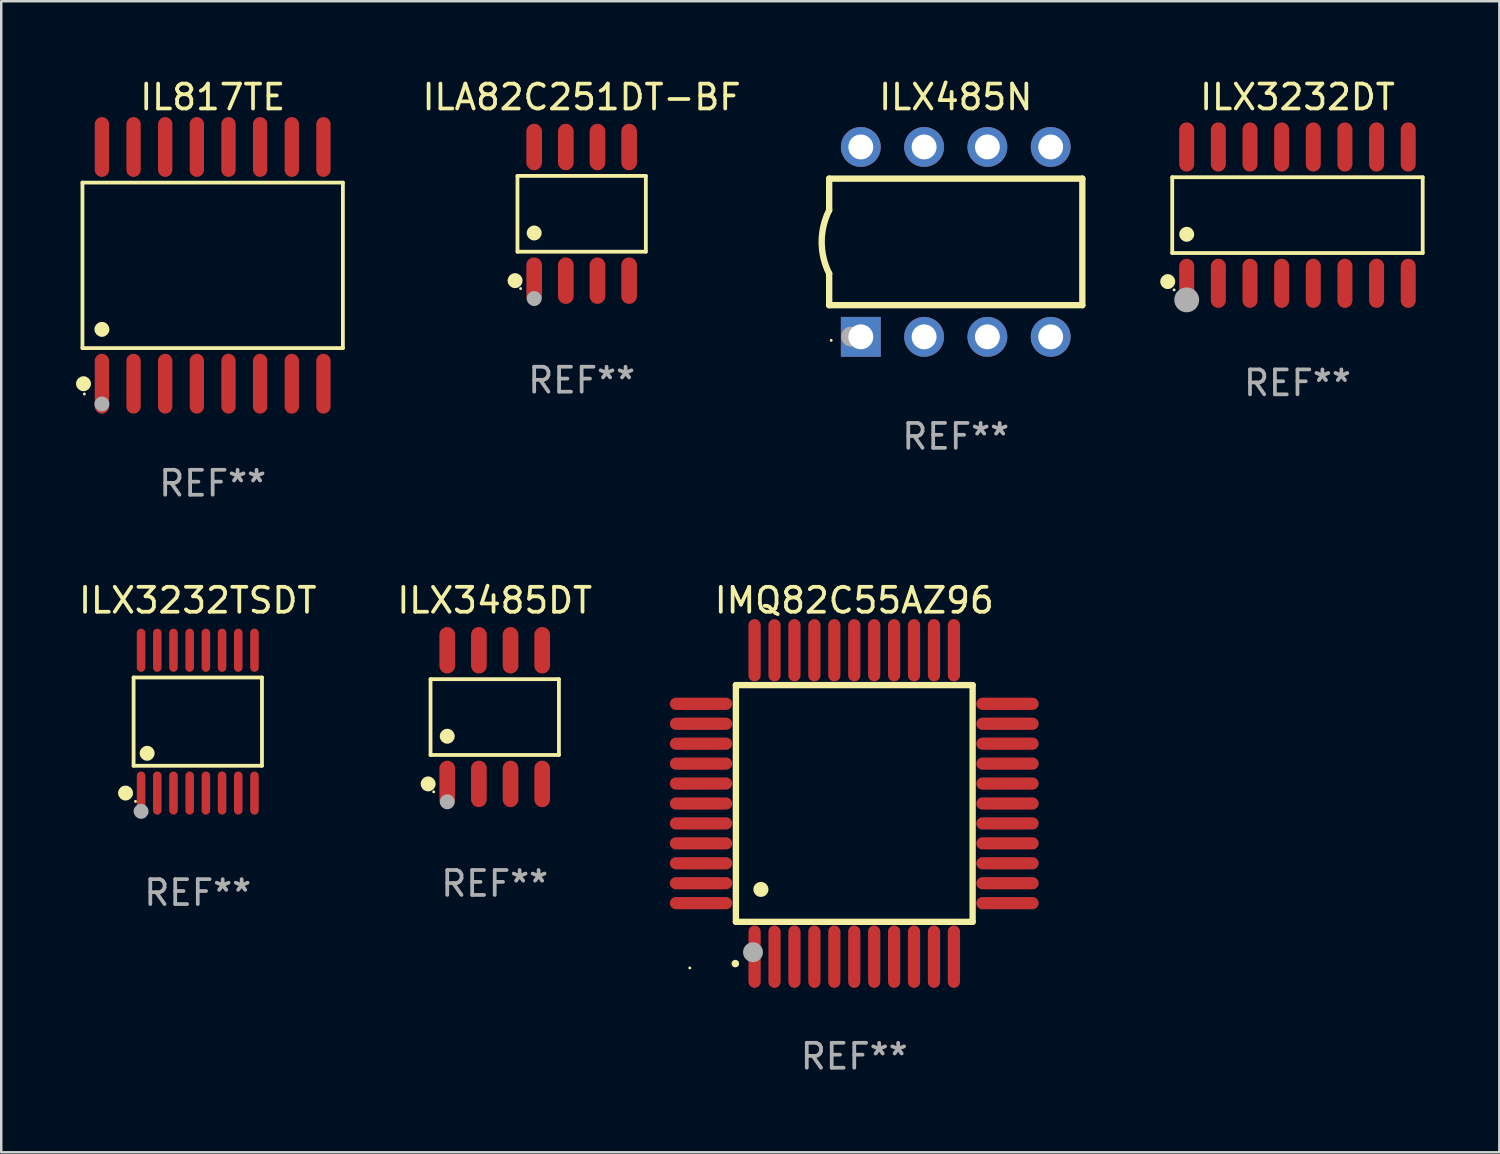
<source format=kicad_pcb>
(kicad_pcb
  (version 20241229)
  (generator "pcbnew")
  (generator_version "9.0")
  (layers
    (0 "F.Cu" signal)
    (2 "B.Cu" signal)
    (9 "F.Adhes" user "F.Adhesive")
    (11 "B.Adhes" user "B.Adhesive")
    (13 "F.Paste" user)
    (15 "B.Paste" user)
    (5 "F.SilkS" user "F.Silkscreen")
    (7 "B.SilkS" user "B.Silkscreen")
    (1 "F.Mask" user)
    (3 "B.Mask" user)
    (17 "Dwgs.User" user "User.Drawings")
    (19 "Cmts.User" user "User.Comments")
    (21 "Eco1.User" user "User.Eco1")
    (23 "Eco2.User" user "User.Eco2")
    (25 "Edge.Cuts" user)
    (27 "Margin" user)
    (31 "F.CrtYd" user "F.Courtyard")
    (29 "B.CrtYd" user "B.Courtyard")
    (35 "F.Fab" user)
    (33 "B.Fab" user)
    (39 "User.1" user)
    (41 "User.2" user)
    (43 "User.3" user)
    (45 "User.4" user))
  (footprint "ILX3232DT"
    (layer "F.Cu")
    (at 49.02 5.584)
    (property "Reference" "ILX3232DT" (at 0 -4.736 0) (layer "F.SilkS") (effects (font (size 1 1) (thickness 0.15))))
    (attr through_hole)
    (fp_line (start -5.026 -1.521) (end 5.026 -1.521) (stroke (width 0.152) (type solid)) (layer "F.SilkS"))
    (fp_line (start -5.026 1.521) (end -5.026 -1.521) (stroke (width 0.152) (type solid)) (layer "F.SilkS"))
    (fp_line (start 5.026 -1.521) (end 5.026 1.521) (stroke (width 0.152) (type solid)) (layer "F.SilkS"))
    (fp_line (start 5.026 1.521) (end -5.026 1.521) (stroke (width 0.152) (type solid)) (layer "F.SilkS"))
    (fp_circle (center -5.207 2.667) (end -5.057 2.667) (stroke (width 0.3) (type solid)) (fill no) (layer "F.SilkS"))
    (fp_circle (center -4.95 3) (end -4.92 3) (stroke (width 0.06) (type solid)) (fill no) (layer "F.SilkS"))
    (fp_circle (center -4.445 0.769) (end -4.295 0.769) (stroke (width 0.3) (type solid)) (fill no) (layer "F.SilkS"))
    (fp_circle (center -4.445 3.4) (end -4.195 3.4) (stroke (width 0.5) (type solid)) (fill no) (layer "F.Fab"))
    (fp_text user "REF**" (at 0 6.736 0) (layer "F.Fab") (effects (font (size 1 1) (thickness 0.15))))
    (pad "1" smd oval (at -4.445 2.736) (size 0.602 1.971) (layers "F.Cu" "F.Mask" "F.Paste"))
    (pad "2" smd oval (at -3.175 2.736) (size 0.602 1.971) (layers "F.Cu" "F.Mask" "F.Paste"))
    (pad "3" smd oval (at -1.905 2.736) (size 0.602 1.971) (layers "F.Cu" "F.Mask" "F.Paste"))
    (pad "4" smd oval (at -0.635 2.736) (size 0.602 1.971) (layers "F.Cu" "F.Mask" "F.Paste"))
    (pad "5" smd oval (at 0.635 2.736) (size 0.602 1.971) (layers "F.Cu" "F.Mask" "F.Paste"))
    (pad "6" smd oval (at 1.905 2.736) (size 0.602 1.971) (layers "F.Cu" "F.Mask" "F.Paste"))
    (pad "7" smd oval (at 3.175 2.736) (size 0.602 1.971) (layers "F.Cu" "F.Mask" "F.Paste"))
    (pad "8" smd oval (at 4.445 2.736) (size 0.602 1.971) (layers "F.Cu" "F.Mask" "F.Paste"))
    (pad "9" smd oval (at 4.445 -2.736) (size 0.602 1.971) (layers "F.Cu" "F.Mask" "F.Paste"))
    (pad "10" smd oval (at 3.175 -2.736) (size 0.602 1.971) (layers "F.Cu" "F.Mask" "F.Paste"))
    (pad "11" smd oval (at 1.905 -2.736) (size 0.602 1.971) (layers "F.Cu" "F.Mask" "F.Paste"))
    (pad "12" smd oval (at 0.635 -2.736) (size 0.602 1.971) (layers "F.Cu" "F.Mask" "F.Paste"))
    (pad "13" smd oval (at -0.635 -2.736) (size 0.602 1.971) (layers "F.Cu" "F.Mask" "F.Paste"))
    (pad "14" smd oval (at -1.905 -2.736) (size 0.602 1.971) (layers "F.Cu" "F.Mask" "F.Paste"))
    (pad "15" smd oval (at -3.175 -2.736) (size 0.602 1.971) (layers "F.Cu" "F.Mask" "F.Paste"))
    (pad "16" smd oval (at -4.445 -2.736) (size 0.602 1.971) (layers "F.Cu" "F.Mask" "F.Paste")))
  (footprint "IL817TE"
    (layer "F.Cu")
    (at 5.485 7.599)
    (property "Reference" "IL817TE" (at 0 -6.75 0) (layer "F.SilkS") (effects (font (size 1 1) (thickness 0.15))))
    (attr through_hole)
    (fp_line (start -5.226 -3.321) (end 5.226 -3.321) (stroke (width 0.152) (type solid)) (layer "F.SilkS"))
    (fp_line (start -5.226 3.321) (end -5.226 -3.321) (stroke (width 0.152) (type solid)) (layer "F.SilkS"))
    (fp_line (start 5.226 -3.321) (end 5.226 3.321) (stroke (width 0.152) (type solid)) (layer "F.SilkS"))
    (fp_line (start 5.226 3.321) (end -5.226 3.321) (stroke (width 0.152) (type solid)) (layer "F.SilkS"))
    (fp_circle (center -5.184 4.75) (end -5.034 4.75) (stroke (width 0.3) (type solid)) (fill no) (layer "F.SilkS"))
    (fp_circle (center -5.15 5.163) (end -5.12 5.163) (stroke (width 0.06) (type solid)) (fill no) (layer "F.SilkS"))
    (fp_circle (center -4.445 2.569) (end -4.295 2.569) (stroke (width 0.3) (type solid)) (fill no) (layer "F.SilkS"))
    (fp_circle (center -4.445 5.563) (end -4.295 5.563) (stroke (width 0.3) (type solid)) (fill no) (layer "F.Fab"))
    (fp_text user "REF**" (at 0 8.75 0) (layer "F.Fab") (effects (font (size 1 1) (thickness 0.15))))
    (pad "1" smd oval (at -4.445 4.75) (size 0.574 2.401) (layers "F.Cu" "F.Mask" "F.Paste"))
    (pad "2" smd oval (at -3.175 4.75) (size 0.574 2.401) (layers "F.Cu" "F.Mask" "F.Paste"))
    (pad "3" smd oval (at -1.905 4.75) (size 0.574 2.401) (layers "F.Cu" "F.Mask" "F.Paste"))
    (pad "4" smd oval (at -0.635 4.75) (size 0.574 2.401) (layers "F.Cu" "F.Mask" "F.Paste"))
    (pad "5" smd oval (at 0.635 4.75) (size 0.574 2.401) (layers "F.Cu" "F.Mask" "F.Paste"))
    (pad "6" smd oval (at 1.905 4.75) (size 0.574 2.401) (layers "F.Cu" "F.Mask" "F.Paste"))
    (pad "7" smd oval (at 3.175 4.75) (size 0.574 2.401) (layers "F.Cu" "F.Mask" "F.Paste"))
    (pad "8" smd oval (at 4.445 4.75) (size 0.574 2.401) (layers "F.Cu" "F.Mask" "F.Paste"))
    (pad "9" smd oval (at 4.445 -4.75) (size 0.574 2.401) (layers "F.Cu" "F.Mask" "F.Paste"))
    (pad "10" smd oval (at 3.175 -4.75) (size 0.574 2.401) (layers "F.Cu" "F.Mask" "F.Paste"))
    (pad "11" smd oval (at 1.905 -4.75) (size 0.574 2.401) (layers "F.Cu" "F.Mask" "F.Paste"))
    (pad "12" smd oval (at 0.635 -4.75) (size 0.574 2.401) (layers "F.Cu" "F.Mask" "F.Paste"))
    (pad "13" smd oval (at -0.635 -4.75) (size 0.574 2.401) (layers "F.Cu" "F.Mask" "F.Paste"))
    (pad "14" smd oval (at -1.905 -4.75) (size 0.574 2.401) (layers "F.Cu" "F.Mask" "F.Paste"))
    (pad "15" smd oval (at -3.175 -4.75) (size 0.574 2.401) (layers "F.Cu" "F.Mask" "F.Paste"))
    (pad "16" smd oval (at -4.445 -4.75) (size 0.574 2.401) (layers "F.Cu" "F.Mask" "F.Paste")))
  (footprint "ILX3485DT"
    (layer "F.Cu")
    (at 16.804 25.728)
    (property "Reference" "ILX3485DT" (at 0 -4.682 0) (layer "F.SilkS") (effects (font (size 1 1) (thickness 0.15))))
    (attr through_hole)
    (fp_line (start -2.576 -1.521) (end 2.576 -1.521) (stroke (width 0.152) (type solid)) (layer "F.SilkS"))
    (fp_line (start -2.576 1.521) (end -2.576 -1.521) (stroke (width 0.152) (type solid)) (layer "F.SilkS"))
    (fp_line (start 2.576 -1.521) (end 2.576 1.521) (stroke (width 0.152) (type solid)) (layer "F.SilkS"))
    (fp_line (start 2.576 1.521) (end -2.576 1.521) (stroke (width 0.152) (type solid)) (layer "F.SilkS"))
    (fp_circle (center -2.672 2.682) (end -2.522 2.682) (stroke (width 0.3) (type solid)) (fill no) (layer "F.SilkS"))
    (fp_circle (center -2.45 3) (end -2.42 3) (stroke (width 0.06) (type solid)) (fill no) (layer "F.SilkS"))
    (fp_circle (center -1.905 0.769) (end -1.755 0.769) (stroke (width 0.3) (type solid)) (fill no) (layer "F.SilkS"))
    (fp_circle (center -1.905 3.4) (end -1.755 3.4) (stroke (width 0.3) (type solid)) (fill no) (layer "F.Fab"))
    (fp_text user "REF**" (at 0 6.682 0) (layer "F.Fab") (effects (font (size 1 1) (thickness 0.15))))
    (pad "1" smd oval (at -1.905 2.682) (size 0.63 1.865) (layers "F.Cu" "F.Mask" "F.Paste"))
    (pad "2" smd oval (at -0.635 2.682) (size 0.63 1.865) (layers "F.Cu" "F.Mask" "F.Paste"))
    (pad "3" smd oval (at 0.635 2.682) (size 0.63 1.865) (layers "F.Cu" "F.Mask" "F.Paste"))
    (pad "4" smd oval (at 1.905 2.682) (size 0.63 1.865) (layers "F.Cu" "F.Mask" "F.Paste"))
    (pad "5" smd oval (at 1.905 -2.682) (size 0.63 1.865) (layers "F.Cu" "F.Mask" "F.Paste"))
    (pad "6" smd oval (at 0.635 -2.682) (size 0.63 1.865) (layers "F.Cu" "F.Mask" "F.Paste"))
    (pad "7" smd oval (at -0.635 -2.682) (size 0.63 1.865) (layers "F.Cu" "F.Mask" "F.Paste"))
    (pad "8" smd oval (at -1.905 -2.682) (size 0.63 1.865) (layers "F.Cu" "F.Mask" "F.Paste")))
  (footprint "ILA82C251DT-BF"
    (layer "F.Cu")
    (at 20.293 5.531)
    (property "Reference" "ILA82C251DT-BF" (at 0 -4.682 0) (layer "F.SilkS") (effects (font (size 1 1) (thickness 0.15))))
    (attr through_hole)
    (fp_line (start -2.576 -1.521) (end 2.576 -1.521) (stroke (width 0.152) (type solid)) (layer "F.SilkS"))
    (fp_line (start -2.576 1.521) (end -2.576 -1.521) (stroke (width 0.152) (type solid)) (layer "F.SilkS"))
    (fp_line (start 2.576 -1.521) (end 2.576 1.521) (stroke (width 0.152) (type solid)) (layer "F.SilkS"))
    (fp_line (start 2.576 1.521) (end -2.576 1.521) (stroke (width 0.152) (type solid)) (layer "F.SilkS"))
    (fp_circle (center -2.672 2.682) (end -2.522 2.682) (stroke (width 0.3) (type solid)) (fill no) (layer "F.SilkS"))
    (fp_circle (center -2.45 3) (end -2.42 3) (stroke (width 0.06) (type solid)) (fill no) (layer "F.SilkS"))
    (fp_circle (center -1.905 0.769) (end -1.755 0.769) (stroke (width 0.3) (type solid)) (fill no) (layer "F.SilkS"))
    (fp_circle (center -1.905 3.4) (end -1.755 3.4) (stroke (width 0.3) (type solid)) (fill no) (layer "F.Fab"))
    (fp_text user "REF**" (at 0 6.682 0) (layer "F.Fab") (effects (font (size 1 1) (thickness 0.15))))
    (pad "1" smd oval (at -1.905 2.682) (size 0.63 1.865) (layers "F.Cu" "F.Mask" "F.Paste"))
    (pad "2" smd oval (at -0.635 2.682) (size 0.63 1.865) (layers "F.Cu" "F.Mask" "F.Paste"))
    (pad "3" smd oval (at 0.635 2.682) (size 0.63 1.865) (layers "F.Cu" "F.Mask" "F.Paste"))
    (pad "4" smd oval (at 1.905 2.682) (size 0.63 1.865) (layers "F.Cu" "F.Mask" "F.Paste"))
    (pad "5" smd oval (at 1.905 -2.682) (size 0.63 1.865) (layers "F.Cu" "F.Mask" "F.Paste"))
    (pad "6" smd oval (at 0.635 -2.682) (size 0.63 1.865) (layers "F.Cu" "F.Mask" "F.Paste"))
    (pad "7" smd oval (at -0.635 -2.682) (size 0.63 1.865) (layers "F.Cu" "F.Mask" "F.Paste"))
    (pad "8" smd oval (at -1.905 -2.682) (size 0.63 1.865) (layers "F.Cu" "F.Mask" "F.Paste")))
  (footprint "ILX485N"
    (layer "F.Cu")
    (at 35.306 6.658)
    (property "Reference" "ILX485N" (at 0 -5.81 0) (layer "F.SilkS") (effects (font (size 1 1) (thickness 0.15))))
    (attr through_hole)
    (fp_line (start -5.08 -1.27) (end -5.08 -2.54) (stroke (width 0.254) (type solid)) (layer "F.SilkS"))
    (fp_line (start -5.08 2.54) (end -5.08 1.27) (stroke (width 0.254) (type solid)) (layer "F.SilkS"))
    (fp_line (start 5.08 -2.54) (end -5.08 -2.54) (stroke (width 0.254) (type solid)) (layer "F.SilkS"))
    (fp_line (start 5.08 2.54) (end -5.08 2.54) (stroke (width 0.254) (type solid)) (layer "F.SilkS"))
    (fp_line (start 5.08 2.54) (end 5.08 -2.54) (stroke (width 0.254) (type solid)) (layer "F.SilkS"))
    (fp_arc (start -5.080011 1.270002) (mid -5.379818 -0.000001) (end -5.08001 -1.270003) (stroke (width 0.254001) (type solid)) (layer "F.SilkS"))
    (fp_circle (center -5 3.95) (end -4.97 3.95) (stroke (width 0.06) (type solid)) (fill no) (layer "F.SilkS"))
    (fp_circle (center -4.2 3.8) (end -4 3.8) (stroke (width 0.4) (type solid)) (fill no) (layer "F.Fab"))
    (fp_text user "REF**" (at 0 7.81 0) (layer "F.Fab") (effects (font (size 1 1) (thickness 0.15))))
    (pad "1" thru_hole rect (at -3.81 3.81) (size 1.6 1.6) (drill 1) (layers "*.Cu" "*.Mask"))
    (pad "2" thru_hole circle (at -1.27 3.81) (size 1.6 1.6) (drill 1) (layers "*.Cu" "*.Mask"))
    (pad "3" thru_hole circle (at 1.27 3.81) (size 1.6 1.6) (drill 1) (layers "*.Cu" "*.Mask"))
    (pad "4" thru_hole circle (at 3.81 3.81) (size 1.6 1.6) (drill 1) (layers "*.Cu" "*.Mask"))
    (pad "5" thru_hole circle (at 3.81 -3.81) (size 1.6 1.6) (drill 1) (layers "*.Cu" "*.Mask"))
    (pad "6" thru_hole circle (at 1.27 -3.81) (size 1.6 1.6) (drill 1) (layers "*.Cu" "*.Mask"))
    (pad "7" thru_hole circle (at -1.27 -3.81) (size 1.6 1.6) (drill 1) (layers "*.Cu" "*.Mask"))
    (pad "8" thru_hole circle (at -3.81 -3.81) (size 1.6 1.6) (drill 1) (layers "*.Cu" "*.Mask")))
  (footprint "IMQ82C55AZ96"
    (layer "F.Cu")
    (at 31.233 29.195)
    (property "Reference" "IMQ82C55AZ96" (at 0 -8.15 0) (layer "F.SilkS") (effects (font (size 1 1) (thickness 0.15))))
    (attr through_hole)
    (fp_line (start -4.75 -4.75) (end 4.75 -4.75) (stroke (width 0.254) (type solid)) (layer "F.SilkS"))
    (fp_line (start -4.75 4.75) (end -4.75 -4.75) (stroke (width 0.254) (type solid)) (layer "F.SilkS"))
    (fp_line (start 4.75 -4.75) (end 4.75 4.75) (stroke (width 0.254) (type solid)) (layer "F.SilkS"))
    (fp_line (start 4.75 4.75) (end -4.75 4.75) (stroke (width 0.254) (type solid)) (layer "F.SilkS"))
    (fp_arc (start -4.77521 6.426213) (mid -4.77394 6.426208) (end -4.77267 6.426213) (stroke (width 0.3) (type solid)) (layer "F.SilkS"))
    (fp_arc (start -3.749047 3.449327) (mid -3.746507 3.449316) (end -3.743967 3.449327) (stroke (width 0.6) (type solid)) (layer "F.SilkS"))
    (fp_circle (center -6.6 6.6) (end -6.57 6.6) (stroke (width 0.06) (type solid)) (fill no) (layer "F.SilkS"))
    (fp_circle (center -4.064 5.969) (end -3.864 5.969) (stroke (width 0.4) (type solid)) (fill no) (layer "F.Fab"))
    (fp_text user "REF**" (at 0 10.15 0) (layer "F.Fab") (effects (font (size 1 1) (thickness 0.15))))
    (pad "1" smd oval (at -4 6.15) (size 0.49 2.5) (layers "F.Cu" "F.Mask" "F.Paste"))
    (pad "2" smd oval (at -3.2 6.15) (size 0.49 2.5) (layers "F.Cu" "F.Mask" "F.Paste"))
    (pad "3" smd oval (at -2.4 6.15) (size 0.49 2.5) (layers "F.Cu" "F.Mask" "F.Paste"))
    (pad "4" smd oval (at -1.6 6.15) (size 0.49 2.5) (layers "F.Cu" "F.Mask" "F.Paste"))
    (pad "5" smd oval (at -0.8 6.15) (size 0.49 2.5) (layers "F.Cu" "F.Mask" "F.Paste"))
    (pad "6" smd oval (at 0 6.15) (size 0.49 2.5) (layers "F.Cu" "F.Mask" "F.Paste"))
    (pad "7" smd oval (at 0.8 6.15) (size 0.49 2.5) (layers "F.Cu" "F.Mask" "F.Paste"))
    (pad "8" smd oval (at 1.6 6.15) (size 0.49 2.5) (layers "F.Cu" "F.Mask" "F.Paste"))
    (pad "9" smd oval (at 2.4 6.15) (size 0.49 2.5) (layers "F.Cu" "F.Mask" "F.Paste"))
    (pad "10" smd oval (at 3.2 6.15) (size 0.49 2.5) (layers "F.Cu" "F.Mask" "F.Paste"))
    (pad "11" smd oval (at 4 6.15) (size 0.49 2.5) (layers "F.Cu" "F.Mask" "F.Paste"))
    (pad "12" smd oval (at 6.15 4) (size 2.5 0.49) (layers "F.Cu" "F.Mask" "F.Paste"))
    (pad "13" smd oval (at 6.15 3.2) (size 2.5 0.49) (layers "F.Cu" "F.Mask" "F.Paste"))
    (pad "14" smd oval (at 6.15 2.4) (size 2.5 0.49) (layers "F.Cu" "F.Mask" "F.Paste"))
    (pad "15" smd oval (at 6.15 1.6) (size 2.5 0.49) (layers "F.Cu" "F.Mask" "F.Paste"))
    (pad "16" smd oval (at 6.15 0.8) (size 2.5 0.49) (layers "F.Cu" "F.Mask" "F.Paste"))
    (pad "17" smd oval (at 6.15 0) (size 2.5 0.49) (layers "F.Cu" "F.Mask" "F.Paste"))
    (pad "18" smd oval (at 6.15 -0.8) (size 2.5 0.49) (layers "F.Cu" "F.Mask" "F.Paste"))
    (pad "19" smd oval (at 6.15 -1.6) (size 2.5 0.49) (layers "F.Cu" "F.Mask" "F.Paste"))
    (pad "20" smd oval (at 6.15 -2.4) (size 2.5 0.49) (layers "F.Cu" "F.Mask" "F.Paste"))
    (pad "21" smd oval (at 6.15 -3.2) (size 2.5 0.49) (layers "F.Cu" "F.Mask" "F.Paste"))
    (pad "22" smd oval (at 6.15 -4) (size 2.5 0.49) (layers "F.Cu" "F.Mask" "F.Paste"))
    (pad "23" smd oval (at 4 -6.15) (size 0.49 2.5) (layers "F.Cu" "F.Mask" "F.Paste"))
    (pad "24" smd oval (at 3.2 -6.15) (size 0.49 2.5) (layers "F.Cu" "F.Mask" "F.Paste"))
    (pad "25" smd oval (at 2.4 -6.15) (size 0.49 2.5) (layers "F.Cu" "F.Mask" "F.Paste"))
    (pad "26" smd oval (at 1.6 -6.15) (size 0.49 2.5) (layers "F.Cu" "F.Mask" "F.Paste"))
    (pad "27" smd oval (at 0.8 -6.15) (size 0.49 2.5) (layers "F.Cu" "F.Mask" "F.Paste"))
    (pad "28" smd oval (at 0 -6.15) (size 0.49 2.5) (layers "F.Cu" "F.Mask" "F.Paste"))
    (pad "29" smd oval (at -0.8 -6.15) (size 0.49 2.5) (layers "F.Cu" "F.Mask" "F.Paste"))
    (pad "30" smd oval (at -1.6 -6.15) (size 0.49 2.5) (layers "F.Cu" "F.Mask" "F.Paste"))
    (pad "31" smd oval (at -2.4 -6.15) (size 0.49 2.5) (layers "F.Cu" "F.Mask" "F.Paste"))
    (pad "32" smd oval (at -3.2 -6.15) (size 0.49 2.5) (layers "F.Cu" "F.Mask" "F.Paste"))
    (pad "33" smd oval (at -4 -6.15) (size 0.49 2.5) (layers "F.Cu" "F.Mask" "F.Paste"))
    (pad "34" smd oval (at -6.15 -4) (size 2.5 0.49) (layers "F.Cu" "F.Mask" "F.Paste"))
    (pad "35" smd oval (at -6.15 -3.2) (size 2.5 0.49) (layers "F.Cu" "F.Mask" "F.Paste"))
    (pad "36" smd oval (at -6.15 -2.4) (size 2.5 0.49) (layers "F.Cu" "F.Mask" "F.Paste"))
    (pad "37" smd oval (at -6.15 -1.6) (size 2.5 0.49) (layers "F.Cu" "F.Mask" "F.Paste"))
    (pad "38" smd oval (at -6.15 -0.8) (size 2.5 0.49) (layers "F.Cu" "F.Mask" "F.Paste"))
    (pad "39" smd oval (at -6.15 0) (size 2.5 0.49) (layers "F.Cu" "F.Mask" "F.Paste"))
    (pad "40" smd oval (at -6.15 0.8) (size 2.5 0.49) (layers "F.Cu" "F.Mask" "F.Paste"))
    (pad "41" smd oval (at -6.15 1.6) (size 2.5 0.49) (layers "F.Cu" "F.Mask" "F.Paste"))
    (pad "42" smd oval (at -6.15 2.4) (size 2.5 0.49) (layers "F.Cu" "F.Mask" "F.Paste"))
    (pad "43" smd oval (at -6.15 3.2) (size 2.5 0.49) (layers "F.Cu" "F.Mask" "F.Paste"))
    (pad "44" smd oval (at -6.15 4) (size 2.5 0.49) (layers "F.Cu" "F.Mask" "F.Paste")))
  (footprint "ILX3232TSDT"
    (layer "F.Cu")
    (at 4.887 25.911)
    (property "Reference" "ILX3232TSDT" (at 0 -4.866 0) (layer "F.SilkS") (effects (font (size 1 1) (thickness 0.15))))
    (attr through_hole)
    (fp_line (start -2.576 -1.772) (end 2.576 -1.772) (stroke (width 0.152) (type solid)) (layer "F.SilkS"))
    (fp_line (start -2.576 1.771) (end -2.576 -1.772) (stroke (width 0.152) (type solid)) (layer "F.SilkS"))
    (fp_line (start 2.576 -1.772) (end 2.576 1.771) (stroke (width 0.152) (type solid)) (layer "F.SilkS"))
    (fp_line (start 2.576 1.771) (end -2.576 1.771) (stroke (width 0.152) (type solid)) (layer "F.SilkS"))
    (fp_circle (center -2.899 2.866) (end -2.749 2.866) (stroke (width 0.3) (type solid)) (fill no) (layer "F.SilkS"))
    (fp_circle (center -2.5 3.2) (end -2.47 3.2) (stroke (width 0.06) (type solid)) (fill no) (layer "F.SilkS"))
    (fp_circle (center -2.032 1.27) (end -1.882 1.27) (stroke (width 0.3) (type solid)) (fill no) (layer "F.SilkS"))
    (fp_circle (center -2.275 3.6) (end -2.125 3.6) (stroke (width 0.3) (type solid)) (fill no) (layer "F.Fab"))
    (fp_text user "REF**" (at 0 6.866 0) (layer "F.Fab") (effects (font (size 1 1) (thickness 0.15))))
    (pad "1" smd oval (at -2.275 2.866) (size 0.343 1.731) (layers "F.Cu" "F.Mask" "F.Paste"))
    (pad "2" smd oval (at -1.625 2.866) (size 0.343 1.731) (layers "F.Cu" "F.Mask" "F.Paste"))
    (pad "3" smd oval (at -0.975 2.866) (size 0.343 1.731) (layers "F.Cu" "F.Mask" "F.Paste"))
    (pad "4" smd oval (at -0.325 2.866) (size 0.343 1.731) (layers "F.Cu" "F.Mask" "F.Paste"))
    (pad "5" smd oval (at 0.325 2.866) (size 0.343 1.731) (layers "F.Cu" "F.Mask" "F.Paste"))
    (pad "6" smd oval (at 0.975 2.866) (size 0.343 1.731) (layers "F.Cu" "F.Mask" "F.Paste"))
    (pad "7" smd oval (at 1.625 2.866) (size 0.343 1.731) (layers "F.Cu" "F.Mask" "F.Paste"))
    (pad "8" smd oval (at 2.275 2.866) (size 0.343 1.731) (layers "F.Cu" "F.Mask" "F.Paste"))
    (pad "9" smd oval (at 2.275 -2.866) (size 0.343 1.731) (layers "F.Cu" "F.Mask" "F.Paste"))
    (pad "10" smd oval (at 1.625 -2.866) (size 0.343 1.731) (layers "F.Cu" "F.Mask" "F.Paste"))
    (pad "11" smd oval (at 0.975 -2.866) (size 0.343 1.731) (layers "F.Cu" "F.Mask" "F.Paste"))
    (pad "12" smd oval (at 0.325 -2.866) (size 0.343 1.731) (layers "F.Cu" "F.Mask" "F.Paste"))
    (pad "13" smd oval (at -0.325 -2.866) (size 0.343 1.731) (layers "F.Cu" "F.Mask" "F.Paste"))
    (pad "14" smd oval (at -0.975 -2.866) (size 0.343 1.731) (layers "F.Cu" "F.Mask" "F.Paste"))
    (pad "15" smd oval (at -1.625 -2.866) (size 0.343 1.731) (layers "F.Cu" "F.Mask" "F.Paste"))
    (pad "16" smd oval (at -2.275 -2.866) (size 0.343 1.731) (layers "F.Cu" "F.Mask" "F.Paste")))
  (gr_rect
    (start -3 -3)
    (end 57.122 43.194)
    (stroke (width 0.1) (type default))
    (fill no)
    (layer "Edge.Cuts")))
</source>
